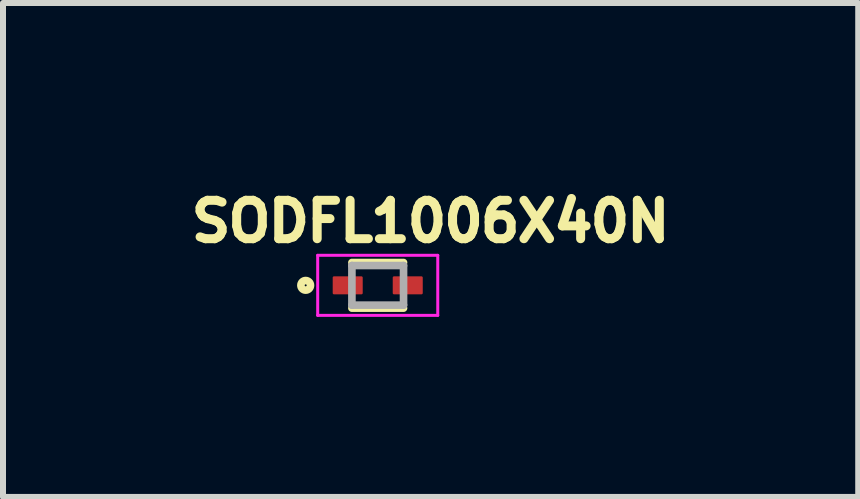
<source format=kicad_pcb>
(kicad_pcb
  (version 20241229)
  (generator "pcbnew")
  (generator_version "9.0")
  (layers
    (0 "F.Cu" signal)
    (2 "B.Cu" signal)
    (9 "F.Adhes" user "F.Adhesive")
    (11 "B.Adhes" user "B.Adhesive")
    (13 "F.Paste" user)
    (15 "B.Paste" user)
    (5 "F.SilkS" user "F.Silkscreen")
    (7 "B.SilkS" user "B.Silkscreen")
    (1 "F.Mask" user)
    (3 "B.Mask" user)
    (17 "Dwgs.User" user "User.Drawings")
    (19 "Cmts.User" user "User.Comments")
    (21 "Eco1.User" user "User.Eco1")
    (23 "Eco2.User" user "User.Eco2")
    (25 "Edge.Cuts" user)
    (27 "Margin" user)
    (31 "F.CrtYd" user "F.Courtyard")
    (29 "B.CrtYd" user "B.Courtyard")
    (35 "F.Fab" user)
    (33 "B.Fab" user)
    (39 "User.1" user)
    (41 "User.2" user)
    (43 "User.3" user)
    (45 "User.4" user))
  (footprint "SODFL1006X40N"
    (layer "F.Cu")
    (at 3.242 1.703)
    (property "Reference" "SODFL1006X40N" (at 0.881 -1.065 0) (layer "F.SilkS") (effects (font (size 0.64 0.64) (thickness 0.15))))
    (attr through_hole)
    (fp_line (start -0.43 -0.38) (end 0.43 -0.38) (stroke (width 0.127) (type solid)) (layer "F.SilkS"))
    (fp_line (start 0.43 0.38) (end -0.43 0.38) (stroke (width 0.127) (type solid)) (layer "F.SilkS"))
    (fp_circle (center -1.2 0) (end -1.12 0) (stroke (width 0.127) (type solid)) (fill no) (layer "F.SilkS"))
    (fp_line (start -1 -0.5) (end 1 -0.5) (stroke (width 0.05) (type solid)) (layer "F.CrtYd"))
    (fp_line (start -1 0.5) (end -1 -0.5) (stroke (width 0.05) (type solid)) (layer "F.CrtYd"))
    (fp_line (start 1 -0.5) (end 1 0.5) (stroke (width 0.05) (type solid)) (layer "F.CrtYd"))
    (fp_line (start 1 0.5) (end -1 0.5) (stroke (width 0.05) (type solid)) (layer "F.CrtYd"))
    (fp_line (start -0.43 -0.33) (end 0.43 -0.33) (stroke (width 0.127) (type solid)) (layer "F.Fab"))
    (fp_line (start -0.43 0.33) (end -0.43 -0.33) (stroke (width 0.127) (type solid)) (layer "F.Fab"))
    (fp_line (start 0.43 -0.33) (end 0.43 0.33) (stroke (width 0.127) (type solid)) (layer "F.Fab"))
    (fp_line (start 0.43 0.33) (end -0.43 0.33) (stroke (width 0.127) (type solid)) (layer "F.Fab"))
    (pad "1" smd roundrect (at -0.5 0) (size 0.5 0.3) (layers "F.Cu" "F.Mask" "F.Paste") (roundrect_rratio 0.07))
    (pad "2" smd roundrect (at 0.5 0) (size 0.5 0.3) (layers "F.Cu" "F.Mask" "F.Paste") (roundrect_rratio 0.07)))
  (gr_rect
    (start -3 -3)
    (end 11.246 5.228)
    (stroke (width 0.1) (type default))
    (fill no)
    (layer "Edge.Cuts")))
</source>
